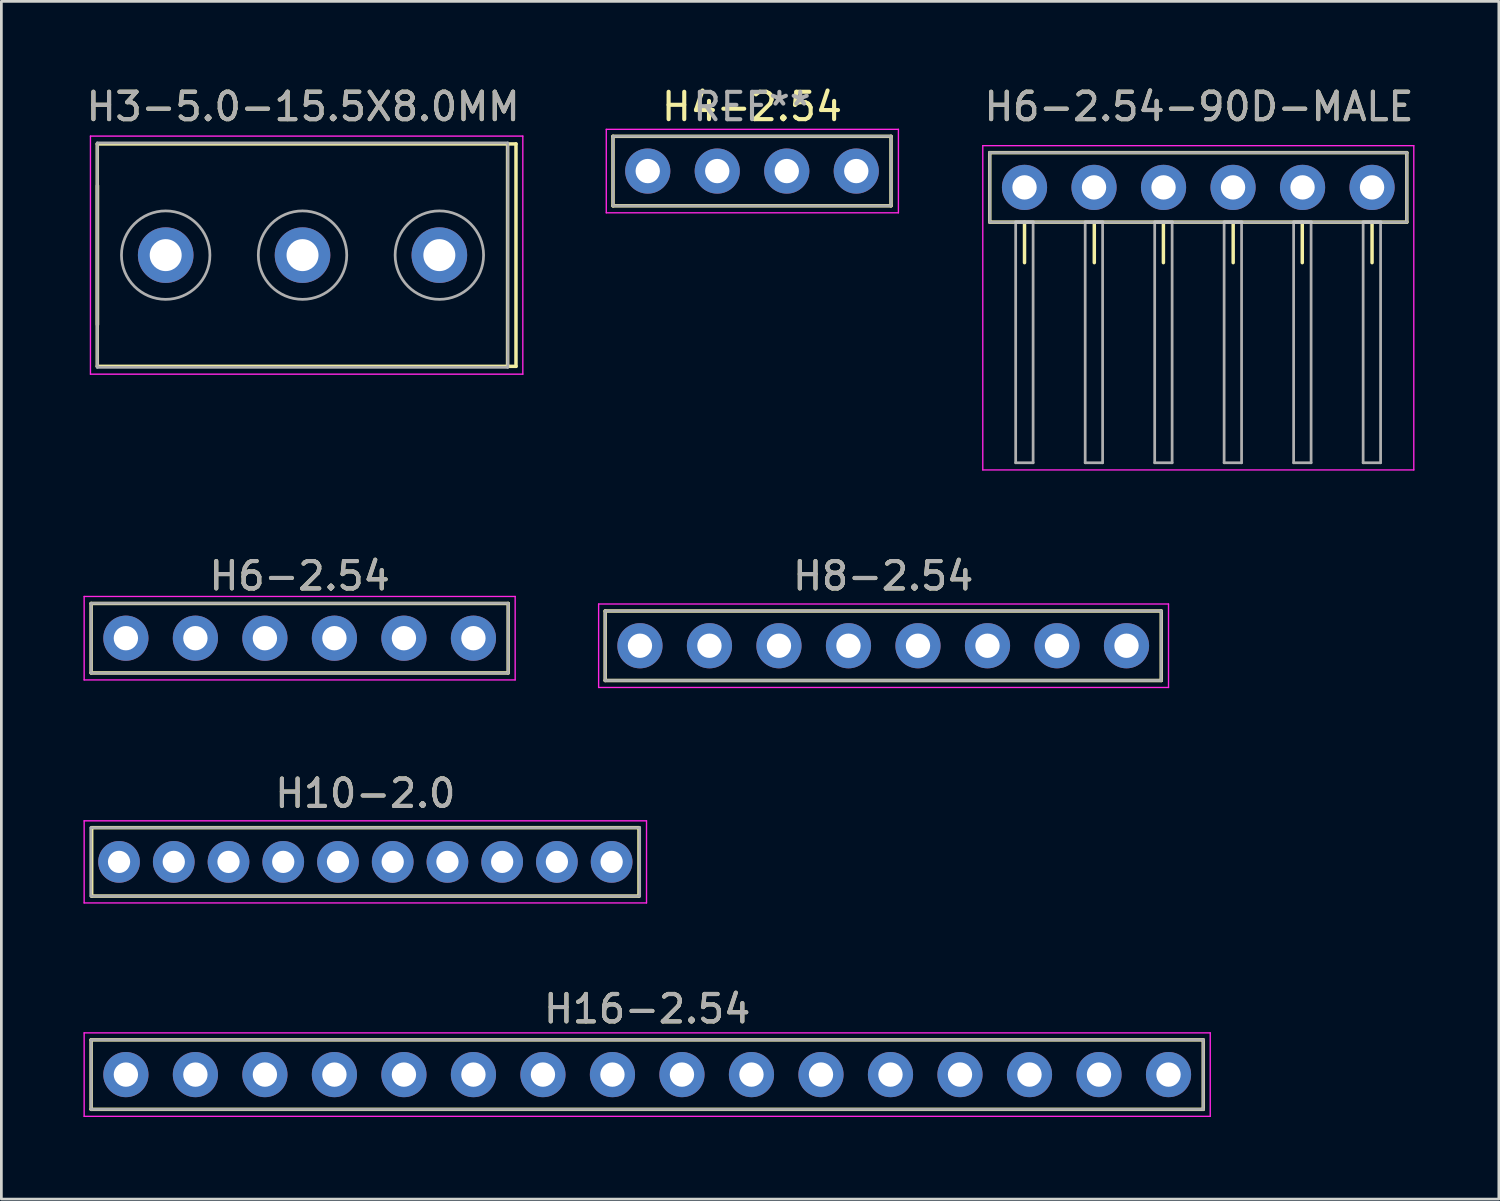
<source format=kicad_pcb>
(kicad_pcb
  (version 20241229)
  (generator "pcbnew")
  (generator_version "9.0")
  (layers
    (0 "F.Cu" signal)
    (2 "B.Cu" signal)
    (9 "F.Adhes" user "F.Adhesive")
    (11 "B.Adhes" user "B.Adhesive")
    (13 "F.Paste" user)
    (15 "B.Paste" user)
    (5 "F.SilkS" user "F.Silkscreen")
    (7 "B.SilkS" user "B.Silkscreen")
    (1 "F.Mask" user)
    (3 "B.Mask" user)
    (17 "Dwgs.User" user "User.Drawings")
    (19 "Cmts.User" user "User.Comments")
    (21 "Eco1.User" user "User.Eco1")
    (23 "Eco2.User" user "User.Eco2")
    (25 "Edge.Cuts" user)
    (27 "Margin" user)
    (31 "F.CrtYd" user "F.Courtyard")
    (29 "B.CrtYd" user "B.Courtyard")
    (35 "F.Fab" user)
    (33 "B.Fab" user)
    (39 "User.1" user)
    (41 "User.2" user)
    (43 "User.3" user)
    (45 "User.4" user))
  (footprint "H8-2.54"
    (layer "F.Cu")
    (at 29.225 20.547)
    (property "Reference" "H8-2.54" (at 0 -2.55 0) (layer "F.SilkS") (effects (font (size 1 1) (thickness 0.15))))
    (attr exclude_from_pos_files exclude_from_bom)
    (fp_line (start -10.16 -1.27) (end 10.16 -1.27) (stroke (width 0.127) (type solid)) (layer "F.SilkS"))
    (fp_line (start -10.16 1.27) (end -10.16 -1.27) (stroke (width 0.127) (type solid)) (layer "F.SilkS"))
    (fp_line (start 10.16 -1.27) (end 10.16 1.27) (stroke (width 0.127) (type solid)) (layer "F.SilkS"))
    (fp_line (start 10.16 1.27) (end -10.16 1.27) (stroke (width 0.127) (type solid)) (layer "F.SilkS"))
    (fp_line (start -10.4 -1.525) (end 10.425 -1.525) (stroke (width 0.05) (type solid)) (layer "F.CrtYd"))
    (fp_line (start -10.4 1.525) (end -10.4 -1.525) (stroke (width 0.05) (type solid)) (layer "F.CrtYd"))
    (fp_line (start 10.425 -1.525) (end 10.425 1.525) (stroke (width 0.05) (type solid)) (layer "F.CrtYd"))
    (fp_line (start 10.425 1.525) (end -10.4 1.525) (stroke (width 0.05) (type solid)) (layer "F.CrtYd"))
    (fp_line (start -10.16 -1.27) (end -10.16 1.27) (stroke (width 0.1) (type solid)) (layer "F.Fab"))
    (fp_line (start -10.16 -1.27) (end 10.16 -1.27) (stroke (width 0.1) (type solid)) (layer "F.Fab"))
    (fp_line (start -10.16 1.27) (end 10.16 1.27) (stroke (width 0.1) (type solid)) (layer "F.Fab"))
    (fp_line (start 10.16 -1.27) (end 10.16 1.27) (stroke (width 0.1) (type solid)) (layer "F.Fab"))
    (fp_text user "${REFERENCE}" (at 0 -2.55 0) (layer "F.Fab") (effects (font (size 1 1) (thickness 0.15))))
    (pad "" thru_hole circle (at -8.89 0 270) (size 1.651 1.651) (drill 0.889) (layers "*.Cu" "*.Mask"))
    (pad "" thru_hole circle (at -6.35 0 270) (size 1.651 1.651) (drill 0.889) (layers "*.Cu" "*.Mask"))
    (pad "" thru_hole circle (at -3.81 0 270) (size 1.651 1.651) (drill 0.889) (layers "*.Cu" "*.Mask"))
    (pad "" thru_hole circle (at -1.27 0 270) (size 1.651 1.651) (drill 0.889) (layers "*.Cu" "*.Mask"))
    (pad "" thru_hole circle (at 1.27 0 270) (size 1.651 1.651) (drill 0.889) (layers "*.Cu" "*.Mask"))
    (pad "" thru_hole circle (at 3.81 0 270) (size 1.651 1.651) (drill 0.889) (layers "*.Cu" "*.Mask"))
    (pad "" thru_hole circle (at 6.35 0 270) (size 1.651 1.651) (drill 0.889) (layers "*.Cu" "*.Mask"))
    (pad "" thru_hole circle (at 8.89 0 270) (size 1.651 1.651) (drill 0.889) (layers "*.Cu" "*.Mask")))
  (footprint "H6-2.54-90D-MALE"
    (layer "F.Cu")
    (at 40.738 3.798)
    (property "Reference" "H6-2.54-90D-MALE" (at 0.025 -2.95 0) (layer "F.SilkS") (effects (font (size 1 1) (thickness 0.15))))
    (attr exclude_from_pos_files exclude_from_bom)
    (fp_line (start -7.62 -1.27) (end 7.62 -1.27) (stroke (width 0.127) (type solid)) (layer "F.SilkS"))
    (fp_line (start -7.62 1.27) (end -7.62 -1.27) (stroke (width 0.127) (type solid)) (layer "F.SilkS"))
    (fp_line (start -6.35 1.275) (end -6.35 2.75) (stroke (width 0.127) (type solid)) (layer "F.SilkS"))
    (fp_line (start -3.8 1.275) (end -3.8 2.75) (stroke (width 0.127) (type solid)) (layer "F.SilkS"))
    (fp_line (start -1.275 1.275) (end -1.275 2.75) (stroke (width 0.127) (type solid)) (layer "F.SilkS"))
    (fp_line (start 1.275 1.275) (end 1.275 2.75) (stroke (width 0.127) (type solid)) (layer "F.SilkS"))
    (fp_line (start 3.8 1.275) (end 3.8 2.75) (stroke (width 0.127) (type solid)) (layer "F.SilkS"))
    (fp_line (start 6.35 1.275) (end 6.35 2.75) (stroke (width 0.127) (type solid)) (layer "F.SilkS"))
    (fp_line (start 7.62 -1.27) (end 7.62 1.27) (stroke (width 0.127) (type solid)) (layer "F.SilkS"))
    (fp_line (start 7.62 1.27) (end -7.62 1.27) (stroke (width 0.127) (type solid)) (layer "F.SilkS"))
    (fp_line (start -6.03 1.27) (end -6.668 1.27) (stroke (width 0.127) (type solid)) (layer "Dwgs.User"))
    (fp_line (start -3.49 1.27) (end -4.128 1.27) (stroke (width 0.127) (type solid)) (layer "Dwgs.User"))
    (fp_line (start -0.95 1.27) (end -1.587 1.27) (stroke (width 0.127) (type solid)) (layer "Dwgs.User"))
    (fp_line (start 1.587 1.27) (end 0.95 1.27) (stroke (width 0.127) (type solid)) (layer "Dwgs.User"))
    (fp_line (start 4.128 1.27) (end 3.49 1.27) (stroke (width 0.127) (type solid)) (layer "Dwgs.User"))
    (fp_line (start 6.668 1.27) (end 6.03 1.27) (stroke (width 0.127) (type solid)) (layer "Dwgs.User"))
    (fp_line (start -7.875 -1.525) (end 7.875 -1.525) (stroke (width 0.05) (type solid)) (layer "F.CrtYd"))
    (fp_line (start -7.875 10.325) (end -7.875 -1.525) (stroke (width 0.05) (type solid)) (layer "F.CrtYd"))
    (fp_line (start 7.875 -1.525) (end 7.875 10.325) (stroke (width 0.05) (type solid)) (layer "F.CrtYd"))
    (fp_line (start 7.875 10.325) (end -7.875 10.325) (stroke (width 0.05) (type solid)) (layer "F.CrtYd"))
    (fp_line (start -7.62 -1.27) (end 7.62 -1.27) (stroke (width 0.1) (type solid)) (layer "F.Fab"))
    (fp_line (start -7.62 1.27) (end -7.62 -1.27) (stroke (width 0.1) (type solid)) (layer "F.Fab"))
    (fp_line (start -6.673 1.273) (end -6.673 10.062) (stroke (width 0.1) (type solid)) (layer "F.Fab"))
    (fp_line (start -6.036 10.062) (end -6.673 10.062) (stroke (width 0.1) (type solid)) (layer "F.Fab"))
    (fp_line (start -6.036 10.062) (end -6.036 1.273) (stroke (width 0.1) (type solid)) (layer "F.Fab"))
    (fp_line (start -4.133 1.273) (end -4.133 10.062) (stroke (width 0.1) (type solid)) (layer "F.Fab"))
    (fp_line (start -3.496 10.062) (end -4.133 10.062) (stroke (width 0.1) (type solid)) (layer "F.Fab"))
    (fp_line (start -3.496 10.062) (end -3.496 1.273) (stroke (width 0.1) (type solid)) (layer "F.Fab"))
    (fp_line (start -1.593 1.273) (end -1.593 10.062) (stroke (width 0.1) (type solid)) (layer "F.Fab"))
    (fp_line (start -0.956 10.062) (end -1.593 10.062) (stroke (width 0.1) (type solid)) (layer "F.Fab"))
    (fp_line (start -0.956 10.062) (end -0.956 1.273) (stroke (width 0.1) (type solid)) (layer "F.Fab"))
    (fp_line (start 0.944 1.273) (end 0.944 10.062) (stroke (width 0.1) (type solid)) (layer "F.Fab"))
    (fp_line (start 1.582 10.062) (end 0.944 10.062) (stroke (width 0.1) (type solid)) (layer "F.Fab"))
    (fp_line (start 1.582 10.062) (end 1.582 1.273) (stroke (width 0.1) (type solid)) (layer "F.Fab"))
    (fp_line (start 3.484 1.273) (end 3.484 10.062) (stroke (width 0.1) (type solid)) (layer "F.Fab"))
    (fp_line (start 4.122 10.062) (end 3.484 10.062) (stroke (width 0.1) (type solid)) (layer "F.Fab"))
    (fp_line (start 4.122 10.062) (end 4.122 1.273) (stroke (width 0.1) (type solid)) (layer "F.Fab"))
    (fp_line (start 6.024 1.273) (end 6.024 10.062) (stroke (width 0.1) (type solid)) (layer "F.Fab"))
    (fp_line (start 6.662 10.062) (end 6.024 10.062) (stroke (width 0.1) (type solid)) (layer "F.Fab"))
    (fp_line (start 6.662 10.062) (end 6.662 1.273) (stroke (width 0.1) (type solid)) (layer "F.Fab"))
    (fp_line (start 7.62 -1.27) (end 7.62 1.27) (stroke (width 0.1) (type solid)) (layer "F.Fab"))
    (fp_line (start 7.62 1.27) (end -7.62 1.27) (stroke (width 0.1) (type solid)) (layer "F.Fab"))
    (fp_text user "${REFERENCE}" (at 0.025 -2.95 0) (layer "F.Fab") (effects (font (size 1 1) (thickness 0.15))))
    (pad "" thru_hole circle (at -6.35 0 270) (size 1.651 1.651) (drill 0.889) (layers "*.Cu" "*.Mask"))
    (pad "" thru_hole circle (at -3.81 0 270) (size 1.651 1.651) (drill 0.889) (layers "*.Cu" "*.Mask"))
    (pad "" thru_hole circle (at -1.27 0 270) (size 1.651 1.651) (drill 0.889) (layers "*.Cu" "*.Mask"))
    (pad "" thru_hole circle (at 1.27 0 270) (size 1.651 1.651) (drill 0.889) (layers "*.Cu" "*.Mask"))
    (pad "" thru_hole circle (at 3.81 0 270) (size 1.651 1.651) (drill 0.889) (layers "*.Cu" "*.Mask"))
    (pad "" thru_hole circle (at 6.35 0 270) (size 1.651 1.651) (drill 0.889) (layers "*.Cu" "*.Mask")))
  (footprint "H4-2.54"
    (layer "F.Cu")
    (at 24.43 3.201)
    (property "Reference" "H4-2.54" (at 0 -2.352 0) (layer "F.SilkS") (effects (font (size 1 1) (thickness 0.15))))
    (attr exclude_from_pos_files exclude_from_bom)
    (fp_line (start -5.08 -1.27) (end 5.08 -1.27) (stroke (width 0.127) (type solid)) (layer "F.SilkS"))
    (fp_line (start -5.08 1.27) (end -5.08 -1.27) (stroke (width 0.127) (type solid)) (layer "F.SilkS"))
    (fp_line (start 5.08 -1.27) (end 5.08 1.27) (stroke (width 0.127) (type solid)) (layer "F.SilkS"))
    (fp_line (start 5.08 1.27) (end -5.08 1.27) (stroke (width 0.127) (type solid)) (layer "F.SilkS"))
    (fp_line (start -5.325 -1.525) (end 5.35 -1.525) (stroke (width 0.05) (type solid)) (layer "F.CrtYd"))
    (fp_line (start -5.325 1.525) (end -5.325 -1.525) (stroke (width 0.05) (type solid)) (layer "F.CrtYd"))
    (fp_line (start 5.35 -1.525) (end 5.35 1.525) (stroke (width 0.05) (type solid)) (layer "F.CrtYd"))
    (fp_line (start 5.35 1.525) (end -5.325 1.525) (stroke (width 0.05) (type solid)) (layer "F.CrtYd"))
    (fp_line (start -5.08 -1.27) (end 5.08 -1.27) (stroke (width 0.1) (type solid)) (layer "F.Fab"))
    (fp_line (start -5.08 1.27) (end -5.08 -1.27) (stroke (width 0.1) (type solid)) (layer "F.Fab"))
    (fp_line (start 5.08 -1.27) (end 5.08 1.27) (stroke (width 0.1) (type solid)) (layer "F.Fab"))
    (fp_line (start 5.08 1.27) (end -5.08 1.27) (stroke (width 0.1) (type solid)) (layer "F.Fab"))
    (fp_text user "REF**" (at 0 -2.35 0) (layer "F.Fab") (effects (font (size 1 1) (thickness 0.15))))
    (pad "" thru_hole circle (at -3.81 0 270) (size 1.651 1.651) (drill 0.889) (layers "*.Cu" "*.Mask"))
    (pad "" thru_hole circle (at -1.27 0 270) (size 1.651 1.651) (drill 0.889) (layers "*.Cu" "*.Mask"))
    (pad "" thru_hole circle (at 1.27 0 270) (size 1.651 1.651) (drill 0.889) (layers "*.Cu" "*.Mask"))
    (pad "" thru_hole circle (at 3.81 0 270) (size 1.651 1.651) (drill 0.889) (layers "*.Cu" "*.Mask")))
  (footprint "H10-2.0"
    (layer "F.Cu")
    (at 10.3 28.445)
    (property "Reference" "H10-2.0" (at 0 -2.5 0) (layer "F.SilkS") (effects (font (size 1 1) (thickness 0.15))))
    (attr exclude_from_pos_files exclude_from_bom)
    (fp_line (start -10 -1.25) (end 10 -1.25) (stroke (width 0.127) (type solid)) (layer "F.SilkS"))
    (fp_line (start -10 1.25) (end -10 -1.25) (stroke (width 0.127) (type solid)) (layer "F.SilkS"))
    (fp_line (start 10 -1.25) (end 10 1.25) (stroke (width 0.127) (type solid)) (layer "F.SilkS"))
    (fp_line (start 10 1.25) (end -10 1.25) (stroke (width 0.127) (type solid)) (layer "F.SilkS"))
    (fp_line (start -10.275 -1.5) (end -10.275 1.5) (stroke (width 0.05) (type solid)) (layer "F.CrtYd"))
    (fp_line (start -10.275 1.5) (end 10.275 1.5) (stroke (width 0.05) (type solid)) (layer "F.CrtYd"))
    (fp_line (start 10.275 -1.5) (end -10.275 -1.5) (stroke (width 0.05) (type solid)) (layer "F.CrtYd"))
    (fp_line (start 10.275 -1.5) (end 10.275 1.5) (stroke (width 0.05) (type solid)) (layer "F.CrtYd"))
    (fp_line (start -10.033 -1.25) (end -10.033 1.25) (stroke (width 0.1) (type solid)) (layer "F.Fab"))
    (fp_line (start -10.025 -1.25) (end 10.025 -1.25) (stroke (width 0.1) (type solid)) (layer "F.Fab"))
    (fp_line (start -10.025 1.25) (end 10.025 1.25) (stroke (width 0.1) (type solid)) (layer "F.Fab"))
    (fp_line (start 10.025 -1.25) (end 10.025 1.25) (stroke (width 0.1) (type solid)) (layer "F.Fab"))
    (fp_text user "${REFERENCE}" (at 0 -2.5 0) (layer "F.Fab") (effects (font (size 1 1) (thickness 0.15))))
    (pad "" thru_hole circle (at -9 0 270) (size 1.524 1.524) (drill 0.813) (layers "*.Cu" "*.Mask"))
    (pad "" thru_hole circle (at -7 0 270) (size 1.524 1.524) (drill 0.813) (layers "*.Cu" "*.Mask"))
    (pad "" thru_hole circle (at -5 0 270) (size 1.524 1.524) (drill 0.813) (layers "*.Cu" "*.Mask"))
    (pad "" thru_hole circle (at -3 0 270) (size 1.524 1.524) (drill 0.813) (layers "*.Cu" "*.Mask"))
    (pad "" thru_hole circle (at -1 0 270) (size 1.524 1.524) (drill 0.813) (layers "*.Cu" "*.Mask"))
    (pad "" thru_hole circle (at 1 0 270) (size 1.524 1.524) (drill 0.813) (layers "*.Cu" "*.Mask"))
    (pad "" thru_hole circle (at 3 0 270) (size 1.524 1.524) (drill 0.813) (layers "*.Cu" "*.Mask"))
    (pad "" thru_hole circle (at 5 0 270) (size 1.524 1.524) (drill 0.813) (layers "*.Cu" "*.Mask"))
    (pad "" thru_hole circle (at 7 0 270) (size 1.524 1.524) (drill 0.813) (layers "*.Cu" "*.Mask"))
    (pad "" thru_hole circle (at 9 0 270) (size 1.524 1.524) (drill 0.813) (layers "*.Cu" "*.Mask")))
  (footprint "H6-2.54"
    (layer "F.Cu")
    (at 7.9 20.271)
    (property "Reference" "H6-2.54" (at 0 -2.275 0) (layer "F.SilkS") (effects (font (size 1 1) (thickness 0.15))))
    (attr exclude_from_pos_files exclude_from_bom)
    (fp_line (start -7.62 -1.27) (end 7.62 -1.27) (stroke (width 0.127) (type solid)) (layer "F.SilkS"))
    (fp_line (start -7.62 1.27) (end -7.62 -1.27) (stroke (width 0.127) (type solid)) (layer "F.SilkS"))
    (fp_line (start 7.62 -1.27) (end 7.62 1.27) (stroke (width 0.127) (type solid)) (layer "F.SilkS"))
    (fp_line (start 7.62 1.27) (end -7.62 1.27) (stroke (width 0.127) (type solid)) (layer "F.SilkS"))
    (fp_line (start -7.875 -1.525) (end -7.875 1.525) (stroke (width 0.05) (type solid)) (layer "F.CrtYd"))
    (fp_line (start -7.875 1.525) (end 7.875 1.525) (stroke (width 0.05) (type solid)) (layer "F.CrtYd"))
    (fp_line (start 7.875 -1.525) (end -7.875 -1.525) (stroke (width 0.05) (type solid)) (layer "F.CrtYd"))
    (fp_line (start 7.875 1.525) (end 7.875 -1.525) (stroke (width 0.05) (type solid)) (layer "F.CrtYd"))
    (fp_line (start -7.62 -1.275) (end -7.62 1.275) (stroke (width 0.1) (type solid)) (layer "F.Fab"))
    (fp_line (start -7.62 -1.275) (end 7.62 -1.275) (stroke (width 0.1) (type solid)) (layer "F.Fab"))
    (fp_line (start -7.62 1.275) (end 7.62 1.275) (stroke (width 0.1) (type solid)) (layer "F.Fab"))
    (fp_line (start 7.62 -1.275) (end 7.62 1.275) (stroke (width 0.1) (type solid)) (layer "F.Fab"))
    (fp_text user "${REFERENCE}" (at 0 -2.275 0) (layer "F.Fab") (effects (font (size 1 1) (thickness 0.15))))
    (pad "" thru_hole circle (at -6.35 0 270) (size 1.651 1.651) (drill 0.889) (layers "*.Cu" "*.Mask"))
    (pad "" thru_hole circle (at -3.81 0 270) (size 1.651 1.651) (drill 0.889) (layers "*.Cu" "*.Mask"))
    (pad "" thru_hole circle (at -1.27 0 270) (size 1.651 1.651) (drill 0.889) (layers "*.Cu" "*.Mask"))
    (pad "" thru_hole circle (at 1.27 0 270) (size 1.651 1.651) (drill 0.889) (layers "*.Cu" "*.Mask"))
    (pad "" thru_hole circle (at 3.81 0 270) (size 1.651 1.651) (drill 0.889) (layers "*.Cu" "*.Mask"))
    (pad "" thru_hole circle (at 6.35 0 270) (size 1.651 1.651) (drill 0.889) (layers "*.Cu" "*.Mask")))
  (footprint "H16-2.54"
    (layer "F.Cu")
    (at 20.6 36.218)
    (property "Reference" "H16-2.54" (at 0 -2.4 180) (layer "F.SilkS") (effects (font (size 1 1) (thickness 0.15))))
    (attr exclude_from_pos_files exclude_from_bom)
    (fp_line (start -20.32 -1.27) (end -20.32 1.27) (stroke (width 0.127) (type solid)) (layer "F.SilkS"))
    (fp_line (start -20.32 -1.27) (end 20.32 -1.27) (stroke (width 0.127) (type solid)) (layer "F.SilkS"))
    (fp_line (start 20.32 1.27) (end -20.32 1.27) (stroke (width 0.127) (type solid)) (layer "F.SilkS"))
    (fp_line (start 20.32 1.27) (end 20.32 -1.27) (stroke (width 0.127) (type solid)) (layer "F.SilkS"))
    (fp_line (start -20.575 -1.525) (end 20.575 -1.525) (stroke (width 0.05) (type solid)) (layer "F.CrtYd"))
    (fp_line (start -20.575 1.525) (end -20.575 -1.525) (stroke (width 0.05) (type solid)) (layer "F.CrtYd"))
    (fp_line (start 20.575 -1.525) (end 20.575 1.525) (stroke (width 0.05) (type solid)) (layer "F.CrtYd"))
    (fp_line (start 20.575 1.525) (end -20.575 1.525) (stroke (width 0.05) (type solid)) (layer "F.CrtYd"))
    (fp_line (start -20.32 -1.27) (end -20.32 1.27) (stroke (width 0.1) (type solid)) (layer "F.Fab"))
    (fp_line (start -20.32 -1.27) (end 20.32 -1.27) (stroke (width 0.1) (type solid)) (layer "F.Fab"))
    (fp_line (start 20.32 1.27) (end -20.32 1.27) (stroke (width 0.1) (type solid)) (layer "F.Fab"))
    (fp_line (start 20.32 1.27) (end 20.32 -1.27) (stroke (width 0.1) (type solid)) (layer "F.Fab"))
    (fp_text user "${REFERENCE}" (at 0 -2.4 0) (layer "F.Fab") (effects (font (size 1 1) (thickness 0.15))))
    (pad "" thru_hole circle (at -19.05 0 90) (size 1.651 1.651) (drill 0.889) (layers "*.Cu" "*.Mask"))
    (pad "" thru_hole circle (at -16.51 0 90) (size 1.651 1.651) (drill 0.889) (layers "*.Cu" "*.Mask"))
    (pad "" thru_hole circle (at -13.97 0 90) (size 1.651 1.651) (drill 0.889) (layers "*.Cu" "*.Mask"))
    (pad "" thru_hole circle (at -11.43 0 90) (size 1.651 1.651) (drill 0.889) (layers "*.Cu" "*.Mask"))
    (pad "" thru_hole circle (at -8.89 0 90) (size 1.651 1.651) (drill 0.889) (layers "*.Cu" "*.Mask"))
    (pad "" thru_hole circle (at -6.35 0 90) (size 1.651 1.651) (drill 0.889) (layers "*.Cu" "*.Mask"))
    (pad "" thru_hole circle (at -3.81 0 90) (size 1.651 1.651) (drill 0.889) (layers "*.Cu" "*.Mask"))
    (pad "" thru_hole circle (at -1.27 0 90) (size 1.651 1.651) (drill 0.889) (layers "*.Cu" "*.Mask"))
    (pad "" thru_hole circle (at 1.27 0 90) (size 1.651 1.651) (drill 0.889) (layers "*.Cu" "*.Mask"))
    (pad "" thru_hole circle (at 3.81 0 90) (size 1.651 1.651) (drill 0.889) (layers "*.Cu" "*.Mask"))
    (pad "" thru_hole circle (at 6.35 0 90) (size 1.651 1.651) (drill 0.889) (layers "*.Cu" "*.Mask"))
    (pad "" thru_hole circle (at 8.89 0 90) (size 1.651 1.651) (drill 0.889) (layers "*.Cu" "*.Mask"))
    (pad "" thru_hole circle (at 11.43 0 90) (size 1.651 1.651) (drill 0.889) (layers "*.Cu" "*.Mask"))
    (pad "" thru_hole circle (at 13.97 0 90) (size 1.651 1.651) (drill 0.889) (layers "*.Cu" "*.Mask"))
    (pad "" thru_hole circle (at 16.51 0 90) (size 1.651 1.651) (drill 0.889) (layers "*.Cu" "*.Mask"))
    (pad "" thru_hole circle (at 19.05 0 90) (size 1.651 1.651) (drill 0.889) (layers "*.Cu" "*.Mask")))
  (footprint "H3-5.0-15.5X8.0MM"
    (layer "F.Cu")
    (at 8.005 6.273)
    (property "Reference" "H3-5.0-15.5X8.0MM" (at 0.025 -5.425 180) (layer "F.SilkS") (effects (font (size 1 1) (thickness 0.15))))
    (attr exclude_from_pos_files exclude_from_bom)
    (fp_line (start -7.5 -4.064) (end 7.8 -4.064) (stroke (width 0.127) (type solid)) (layer "F.SilkS"))
    (fp_line (start -7.5 4.064) (end -7.5 -4.064) (stroke (width 0.127) (type solid)) (layer "F.SilkS"))
    (fp_line (start -7.493 2.54) (end -7.493 -2.54) (stroke (width 0.127) (type solid)) (layer "F.SilkS"))
    (fp_line (start 7.493 -4.064) (end 7.493 4.064) (stroke (width 0.127) (type solid)) (layer "F.SilkS"))
    (fp_line (start 7.8 -4.064) (end 7.8 4.064) (stroke (width 0.127) (type solid)) (layer "F.SilkS"))
    (fp_line (start 7.8 4.064) (end -7.5 4.064) (stroke (width 0.127) (type solid)) (layer "F.SilkS"))
    (fp_line (start -7.75 -4.35) (end 8.05 -4.35) (stroke (width 0.05) (type solid)) (layer "F.CrtYd"))
    (fp_line (start -7.75 4.35) (end -7.75 -4.35) (stroke (width 0.05) (type solid)) (layer "F.CrtYd"))
    (fp_line (start 8.05 -4.35) (end 8.05 4.35) (stroke (width 0.05) (type solid)) (layer "F.CrtYd"))
    (fp_line (start 8.05 4.35) (end -7.75 4.35) (stroke (width 0.05) (type solid)) (layer "F.CrtYd"))
    (fp_line (start -7.5 4.1) (end -7.5 -4.1) (stroke (width 0.1) (type solid)) (layer "F.Fab"))
    (fp_line (start 7.5 -4.1) (end -7.5 -4.1) (stroke (width 0.1) (type solid)) (layer "F.Fab"))
    (fp_line (start 7.5 4.1) (end -7.5 4.1) (stroke (width 0.1) (type solid)) (layer "F.Fab"))
    (fp_line (start 7.5 4.1) (end 7.5 -4.1) (stroke (width 0.1) (type solid)) (layer "F.Fab"))
    (fp_circle (center -5 0) (end -3.384 0) (stroke (width 0.1) (type solid)) (fill no) (layer "F.Fab"))
    (fp_circle (center 0 0) (end 1.616 0) (stroke (width 0.1) (type solid)) (fill no) (layer "F.Fab"))
    (fp_circle (center 5 0) (end 6.616 0) (stroke (width 0.1) (type solid)) (fill no) (layer "F.Fab"))
    (fp_text user "${REFERENCE}" (at 0.025 -5.425 0) (layer "F.Fab") (effects (font (size 1 1) (thickness 0.15))))
    (pad "" thru_hole circle (at -5 0 90) (size 2.032 2.032) (drill 1.168) (layers "*.Cu" "*.Mask"))
    (pad "" thru_hole circle (at 0 0 90) (size 2.032 2.032) (drill 1.168) (layers "*.Cu" "*.Mask"))
    (pad "" thru_hole circle (at 5 0 90) (size 2.032 2.032) (drill 1.168) (layers "*.Cu" "*.Mask")))
  (gr_rect
    (start -3 -3)
    (end 51.721 40.768)
    (stroke (width 0.1) (type default))
    (fill no)
    (layer "Edge.Cuts")))
</source>
